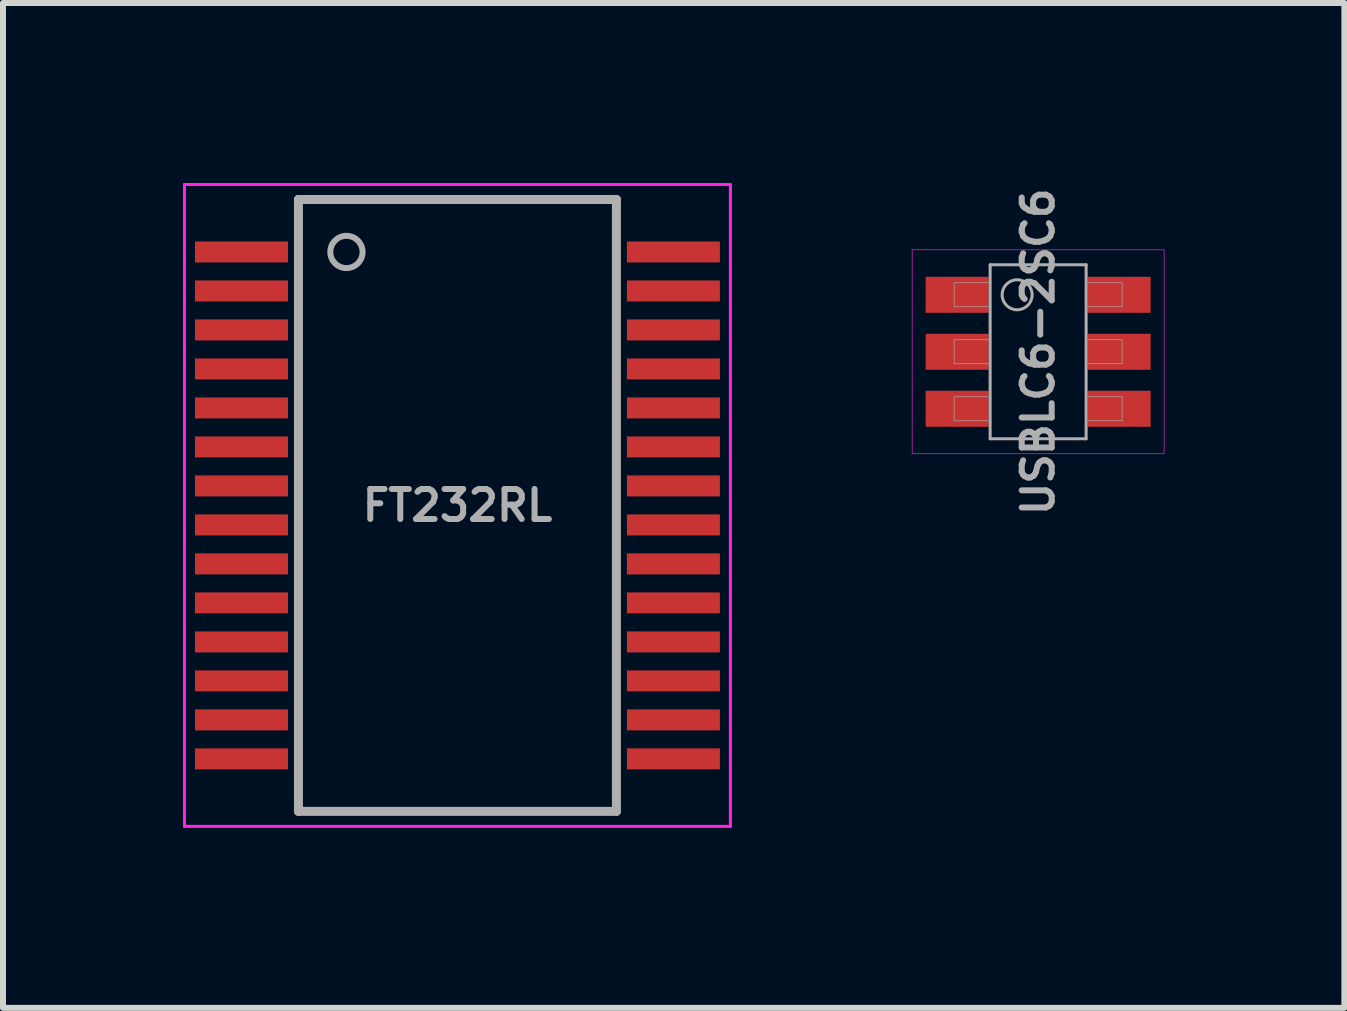
<source format=kicad_pcb>
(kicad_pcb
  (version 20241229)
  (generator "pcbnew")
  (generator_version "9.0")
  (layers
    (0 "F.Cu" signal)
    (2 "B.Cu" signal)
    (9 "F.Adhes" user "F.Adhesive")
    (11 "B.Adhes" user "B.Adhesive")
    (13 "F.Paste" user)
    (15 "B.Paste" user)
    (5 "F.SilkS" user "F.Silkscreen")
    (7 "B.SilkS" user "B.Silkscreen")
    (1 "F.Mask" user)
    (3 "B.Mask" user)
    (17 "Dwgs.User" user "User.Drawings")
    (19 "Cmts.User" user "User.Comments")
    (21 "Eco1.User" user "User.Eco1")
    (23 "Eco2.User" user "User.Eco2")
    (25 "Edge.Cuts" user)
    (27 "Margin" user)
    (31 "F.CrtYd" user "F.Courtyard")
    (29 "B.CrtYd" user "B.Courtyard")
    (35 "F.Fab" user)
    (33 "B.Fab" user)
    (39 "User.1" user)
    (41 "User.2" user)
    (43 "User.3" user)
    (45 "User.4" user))
  (footprint "USBLC6-2SC6"
    (layer "F.Cu")
    (at 14.255 2.814)
    (property "Reference" "USBLC6-2SC6" (at 0 0 90) (layer "F.Fab") (effects (font (size 0.5 0.5) (thickness 0.1))))
    (attr smd)
    (fp_line (start -2.1 -1.7) (end -2.1 1.7) (stroke (width 0.01) (type solid)) (layer "F.CrtYd"))
    (fp_line (start -2.1 1.7) (end 2.1 1.7) (stroke (width 0.01) (type solid)) (layer "F.CrtYd"))
    (fp_line (start 2.1 -1.7) (end -2.1 -1.7) (stroke (width 0.01) (type solid)) (layer "F.CrtYd"))
    (fp_line (start 2.1 1.7) (end 2.1 -1.7) (stroke (width 0.01) (type solid)) (layer "F.CrtYd"))
    (fp_line (start -1.4 -1.15) (end -1.4 -0.75) (stroke (width 0.01) (type solid)) (layer "F.Fab"))
    (fp_line (start -1.4 -0.75) (end -0.8 -0.75) (stroke (width 0.01) (type solid)) (layer "F.Fab"))
    (fp_line (start -1.4 -0.2) (end -1.4 0.2) (stroke (width 0.01) (type solid)) (layer "F.Fab"))
    (fp_line (start -1.4 0.2) (end -0.8 0.2) (stroke (width 0.01) (type solid)) (layer "F.Fab"))
    (fp_line (start -1.4 0.75) (end -1.4 1.15) (stroke (width 0.01) (type solid)) (layer "F.Fab"))
    (fp_line (start -1.4 1.15) (end -0.8 1.15) (stroke (width 0.01) (type solid)) (layer "F.Fab"))
    (fp_line (start -0.8 -1.45) (end -0.8 1.45) (stroke (width 0.05) (type solid)) (layer "F.Fab"))
    (fp_line (start -0.8 -1.15) (end -1.4 -1.15) (stroke (width 0.01) (type solid)) (layer "F.Fab"))
    (fp_line (start -0.8 -0.2) (end -1.4 -0.2) (stroke (width 0.01) (type solid)) (layer "F.Fab"))
    (fp_line (start -0.8 0.75) (end -1.4 0.75) (stroke (width 0.01) (type solid)) (layer "F.Fab"))
    (fp_line (start 0.8 -1.45) (end -0.8 -1.45) (stroke (width 0.05) (type solid)) (layer "F.Fab"))
    (fp_line (start 0.8 -1.45) (end 0.8 1.45) (stroke (width 0.05) (type solid)) (layer "F.Fab"))
    (fp_line (start 0.8 -0.75) (end 1.4 -0.75) (stroke (width 0.01) (type solid)) (layer "F.Fab"))
    (fp_line (start 0.8 0.2) (end 1.4 0.2) (stroke (width 0.01) (type solid)) (layer "F.Fab"))
    (fp_line (start 0.8 1.15) (end 1.4 1.15) (stroke (width 0.01) (type solid)) (layer "F.Fab"))
    (fp_line (start 0.8 1.45) (end -0.8 1.45) (stroke (width 0.05) (type solid)) (layer "F.Fab"))
    (fp_line (start 1.4 -1.15) (end 0.8 -1.15) (stroke (width 0.01) (type solid)) (layer "F.Fab"))
    (fp_line (start 1.4 -0.75) (end 1.4 -1.15) (stroke (width 0.01) (type solid)) (layer "F.Fab"))
    (fp_line (start 1.4 -0.2) (end 0.8 -0.2) (stroke (width 0.01) (type solid)) (layer "F.Fab"))
    (fp_line (start 1.4 0.2) (end 1.4 -0.2) (stroke (width 0.01) (type solid)) (layer "F.Fab"))
    (fp_line (start 1.4 0.75) (end 0.8 0.75) (stroke (width 0.01) (type solid)) (layer "F.Fab"))
    (fp_line (start 1.4 1.15) (end 1.4 0.75) (stroke (width 0.01) (type solid)) (layer "F.Fab"))
    (fp_circle (center -0.35 -0.95) (end -0.1 -0.95) (stroke (width 0.05) (type solid)) (fill no) (layer "F.Fab"))
    (pad "1" smd rect (at -1.35 -0.95) (size 1.05 0.6) (layers "F.Cu" "F.Mask" "F.Paste"))
    (pad "2" smd rect (at -1.35 0) (size 1.05 0.6) (layers "F.Cu" "F.Mask" "F.Paste"))
    (pad "3" smd rect (at -1.35 0.95) (size 1.05 0.6) (layers "F.Cu" "F.Mask" "F.Paste"))
    (pad "4" smd rect (at 1.35 0.95) (size 1.05 0.6) (layers "F.Cu" "F.Mask" "F.Paste"))
    (pad "5" smd rect (at 1.35 0) (size 1.05 0.6) (layers "F.Cu" "F.Mask" "F.Paste"))
    (pad "6" smd rect (at 1.35 -0.95) (size 1.05 0.6) (layers "F.Cu" "F.Mask" "F.Paste")))
  (footprint "FT232RL"
    (layer "F.Cu")
    (at 4.575 5.375)
    (property "Reference" "FT232RL" (at 0 0 0) (layer "F.Fab") (effects (font (size 0.5 0.5) (thickness 0.1))))
    (attr smd)
    (fp_line (start -4.55 -5.35) (end -4.55 5.35) (stroke (width 0.05) (type solid)) (layer "F.CrtYd"))
    (fp_line (start -4.55 -5.35) (end 4.55 -5.35) (stroke (width 0.05) (type solid)) (layer "F.CrtYd"))
    (fp_line (start -4.55 5.35) (end 4.55 5.35) (stroke (width 0.05) (type solid)) (layer "F.CrtYd"))
    (fp_line (start 4.55 -5.35) (end 4.55 5.35) (stroke (width 0.05) (type solid)) (layer "F.CrtYd"))
    (fp_line (start -2.65 -5.1) (end 2.65 -5.1) (stroke (width 0.15) (type solid)) (layer "F.Fab"))
    (fp_line (start -2.65 5.1) (end -2.65 -5.1) (stroke (width 0.15) (type solid)) (layer "F.Fab"))
    (fp_line (start 2.65 -5.1) (end 2.65 5.1) (stroke (width 0.15) (type solid)) (layer "F.Fab"))
    (fp_line (start 2.65 5.1) (end -2.65 5.1) (stroke (width 0.15) (type solid)) (layer "F.Fab"))
    (fp_circle (center -1.85 -4.225) (end -1.581 -4.225) (stroke (width 0.1) (type solid)) (fill no) (layer "F.Fab"))
    (pad "1" smd rect (at -3.6 -4.225) (size 1.55 0.35) (layers "F.Cu" "F.Mask" "F.Paste"))
    (pad "2" smd rect (at -3.6 -3.575) (size 1.55 0.35) (layers "F.Cu" "F.Mask" "F.Paste"))
    (pad "3" smd rect (at -3.6 -2.925) (size 1.55 0.35) (layers "F.Cu" "F.Mask" "F.Paste"))
    (pad "4" smd rect (at -3.6 -2.275) (size 1.55 0.35) (layers "F.Cu" "F.Mask" "F.Paste"))
    (pad "5" smd rect (at -3.6 -1.625) (size 1.55 0.35) (layers "F.Cu" "F.Mask" "F.Paste"))
    (pad "6" smd rect (at -3.6 -0.975) (size 1.55 0.35) (layers "F.Cu" "F.Mask" "F.Paste"))
    (pad "7" smd rect (at -3.6 -0.325) (size 1.55 0.35) (layers "F.Cu" "F.Mask" "F.Paste"))
    (pad "8" smd rect (at -3.6 0.325) (size 1.55 0.35) (layers "F.Cu" "F.Mask" "F.Paste"))
    (pad "9" smd rect (at -3.6 0.975) (size 1.55 0.35) (layers "F.Cu" "F.Mask" "F.Paste"))
    (pad "10" smd rect (at -3.6 1.625) (size 1.55 0.35) (layers "F.Cu" "F.Mask" "F.Paste"))
    (pad "11" smd rect (at -3.6 2.275) (size 1.55 0.35) (layers "F.Cu" "F.Mask" "F.Paste"))
    (pad "12" smd rect (at -3.6 2.925) (size 1.55 0.35) (layers "F.Cu" "F.Mask" "F.Paste"))
    (pad "13" smd rect (at -3.6 3.575) (size 1.55 0.35) (layers "F.Cu" "F.Mask" "F.Paste"))
    (pad "14" smd rect (at -3.6 4.225) (size 1.55 0.35) (layers "F.Cu" "F.Mask" "F.Paste"))
    (pad "15" smd rect (at 3.6 4.225) (size 1.55 0.35) (layers "F.Cu" "F.Mask" "F.Paste"))
    (pad "16" smd rect (at 3.6 3.575) (size 1.55 0.35) (layers "F.Cu" "F.Mask" "F.Paste"))
    (pad "17" smd rect (at 3.6 2.925) (size 1.55 0.35) (layers "F.Cu" "F.Mask" "F.Paste"))
    (pad "18" smd rect (at 3.6 2.275) (size 1.55 0.35) (layers "F.Cu" "F.Mask" "F.Paste"))
    (pad "19" smd rect (at 3.6 1.625) (size 1.55 0.35) (layers "F.Cu" "F.Mask" "F.Paste"))
    (pad "20" smd rect (at 3.6 0.975) (size 1.55 0.35) (layers "F.Cu" "F.Mask" "F.Paste"))
    (pad "21" smd rect (at 3.6 0.325) (size 1.55 0.35) (layers "F.Cu" "F.Mask" "F.Paste"))
    (pad "22" smd rect (at 3.6 -0.325) (size 1.55 0.35) (layers "F.Cu" "F.Mask" "F.Paste"))
    (pad "23" smd rect (at 3.6 -0.975) (size 1.55 0.35) (layers "F.Cu" "F.Mask" "F.Paste"))
    (pad "24" smd rect (at 3.6 -1.625) (size 1.55 0.35) (layers "F.Cu" "F.Mask" "F.Paste"))
    (pad "25" smd rect (at 3.6 -2.275) (size 1.55 0.35) (layers "F.Cu" "F.Mask" "F.Paste"))
    (pad "26" smd rect (at 3.6 -2.925) (size 1.55 0.35) (layers "F.Cu" "F.Mask" "F.Paste"))
    (pad "27" smd rect (at 3.6 -3.575) (size 1.55 0.35) (layers "F.Cu" "F.Mask" "F.Paste"))
    (pad "28" smd rect (at 3.6 -4.225) (size 1.55 0.35) (layers "F.Cu" "F.Mask" "F.Paste")))
  (gr_rect
    (start -3 -3)
    (end 19.36 13.75)
    (stroke (width 0.1) (type default))
    (fill no)
    (layer "Edge.Cuts")))
</source>
